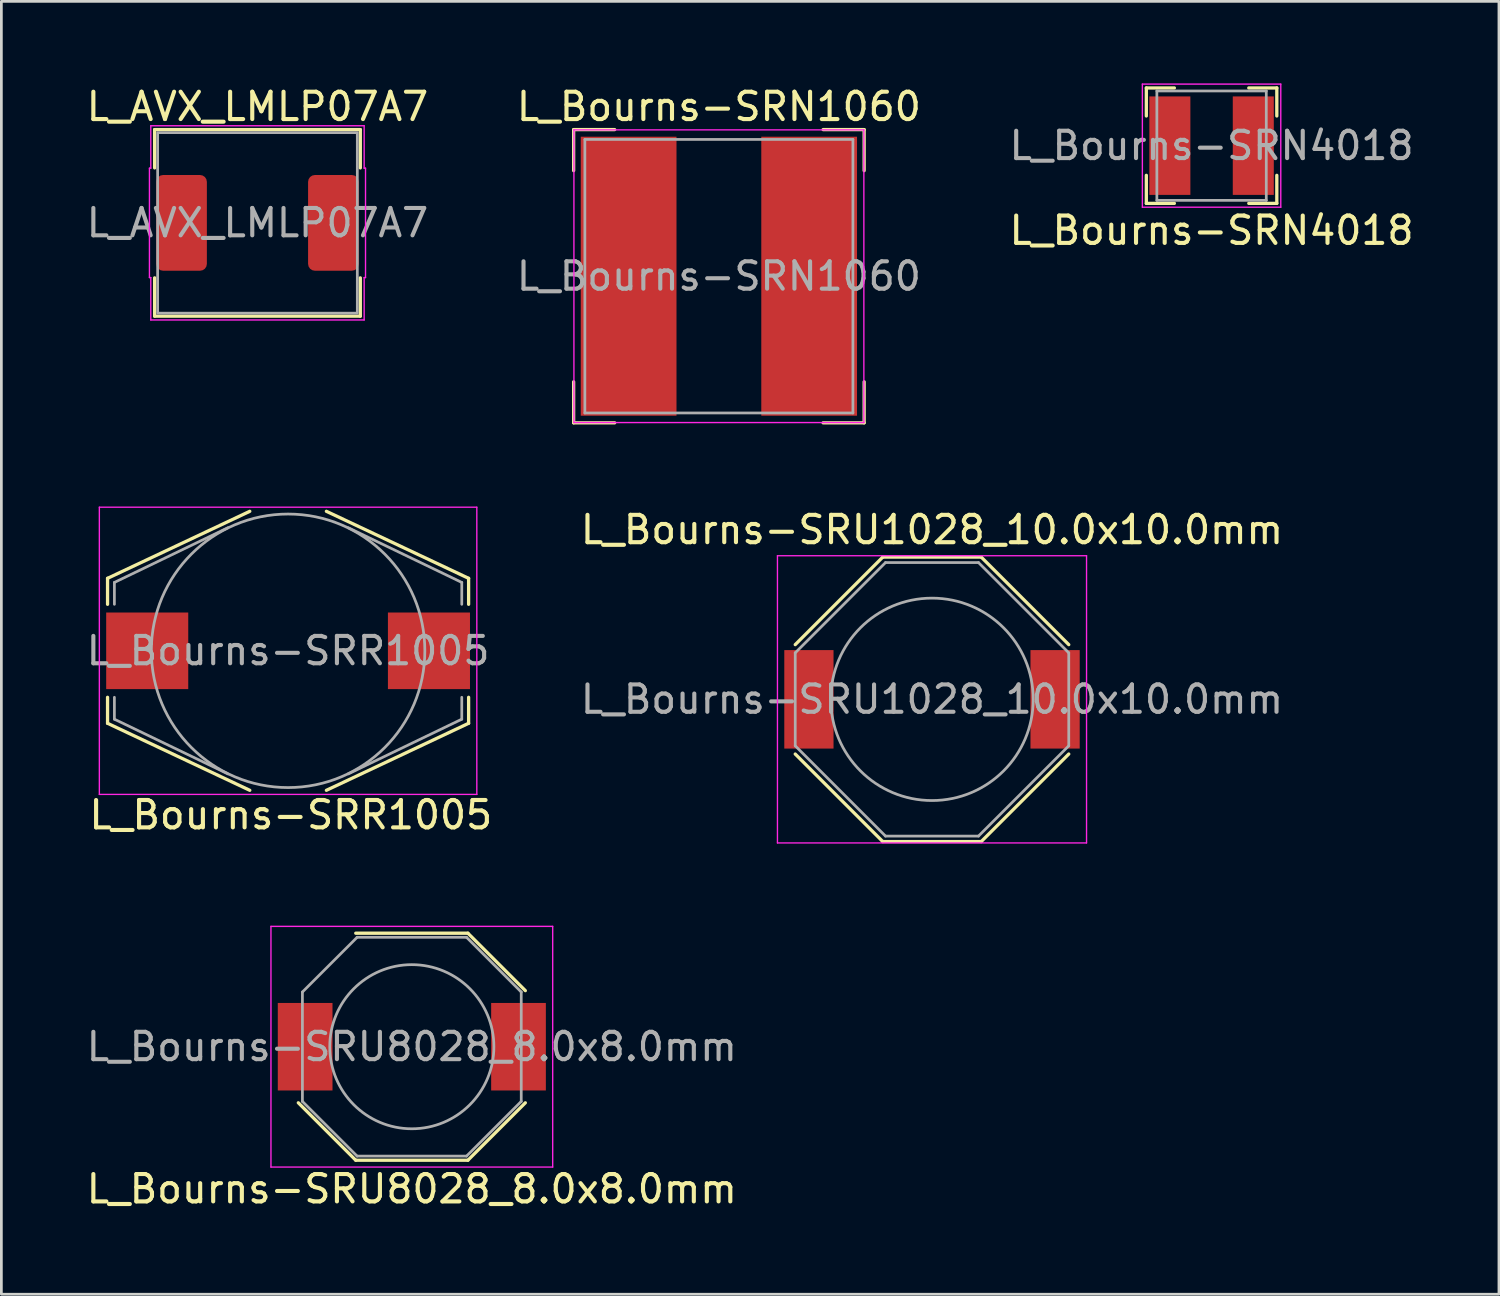
<source format=kicad_pcb>
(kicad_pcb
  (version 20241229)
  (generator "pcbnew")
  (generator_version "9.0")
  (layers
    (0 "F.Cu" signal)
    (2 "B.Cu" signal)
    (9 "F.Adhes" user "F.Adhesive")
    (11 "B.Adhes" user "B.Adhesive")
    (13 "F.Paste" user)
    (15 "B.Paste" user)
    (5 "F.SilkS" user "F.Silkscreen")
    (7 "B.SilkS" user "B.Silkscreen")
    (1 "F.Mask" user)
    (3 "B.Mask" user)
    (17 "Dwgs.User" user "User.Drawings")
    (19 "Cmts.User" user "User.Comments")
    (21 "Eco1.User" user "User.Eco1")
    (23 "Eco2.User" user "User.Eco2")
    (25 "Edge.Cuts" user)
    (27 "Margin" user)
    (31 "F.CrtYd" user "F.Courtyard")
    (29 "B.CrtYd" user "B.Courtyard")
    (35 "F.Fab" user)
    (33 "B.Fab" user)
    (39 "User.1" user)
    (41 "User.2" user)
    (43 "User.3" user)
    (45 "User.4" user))
  (footprint "L_Bourns-SRN4018"
    (layer "F.Cu")
    (at 41.244 2.275)
    (property "Reference" "L_Bourns-SRN4018" (at 0 3.1 0) (layer "F.SilkS") (effects (font (size 1 1) (thickness 0.15))))
    (attr smd)
    (fp_line (start -2.385 -2.11) (end -2.385 -1.085) (stroke (width 0.12) (type solid)) (layer "F.SilkS"))
    (fp_line (start -2.385 -2.11) (end -1.36 -2.11) (stroke (width 0.12) (type solid)) (layer "F.SilkS"))
    (fp_line (start -2.385 2.11) (end -2.385 1.085) (stroke (width 0.12) (type solid)) (layer "F.SilkS"))
    (fp_line (start -2.385 2.11) (end -1.36 2.11) (stroke (width 0.12) (type solid)) (layer "F.SilkS"))
    (fp_line (start 2.385 -2.11) (end 1.36 -2.11) (stroke (width 0.12) (type solid)) (layer "F.SilkS"))
    (fp_line (start 2.385 -2.11) (end 2.385 -1.085) (stroke (width 0.12) (type solid)) (layer "F.SilkS"))
    (fp_line (start 2.385 2.11) (end 1.36 2.11) (stroke (width 0.12) (type solid)) (layer "F.SilkS"))
    (fp_line (start 2.385 2.11) (end 2.385 1.085) (stroke (width 0.12) (type solid)) (layer "F.SilkS"))
    (fp_line (start -2.53 -2.25) (end -2.53 2.25) (stroke (width 0.05) (type solid)) (layer "F.CrtYd"))
    (fp_line (start -2.53 -2.25) (end 2.53 -2.25) (stroke (width 0.05) (type solid)) (layer "F.CrtYd"))
    (fp_line (start -2.53 2.25) (end 2.53 2.25) (stroke (width 0.05) (type solid)) (layer "F.CrtYd"))
    (fp_line (start 2.53 -2.25) (end 2.53 2.25) (stroke (width 0.05) (type solid)) (layer "F.CrtYd"))
    (fp_line (start -2 -2) (end -2 2) (stroke (width 0.1) (type solid)) (layer "F.Fab"))
    (fp_line (start -2 -2) (end 2 -2) (stroke (width 0.1) (type solid)) (layer "F.Fab"))
    (fp_line (start 2 -2) (end 2 2) (stroke (width 0.1) (type solid)) (layer "F.Fab"))
    (fp_line (start 2 2) (end -2 2) (stroke (width 0.1) (type solid)) (layer "F.Fab"))
    (fp_text user "${REFERENCE}" (at 0 0 0) (layer "F.Fab") (effects (font (size 1 1) (thickness 0.15))))
    (pad "1" smd rect (at -1.525 0) (size 1.5 3.6) (layers "F.Cu" "F.Mask" "F.Paste"))
    (pad "2" smd rect (at 1.525 0) (size 1.5 3.6) (layers "F.Cu" "F.Mask" "F.Paste")))
  (footprint "L_Bourns-SRU1028_10.0x10.0mm"
    (layer "F.Cu")
    (at 31.023 22.517)
    (property "Reference" "L_Bourns-SRU1028_10.0x10.0mm" (at 0 -6.2 0) (layer "F.SilkS") (effects (font (size 1 1) (thickness 0.15))))
    (attr smd)
    (fp_line (start -1.8 -5.2) (end -5 -2) (stroke (width 0.12) (type solid)) (layer "F.SilkS"))
    (fp_line (start -1.8 -5.2) (end 1.8 -5.2) (stroke (width 0.12) (type solid)) (layer "F.SilkS"))
    (fp_line (start -1.8 5.2) (end -5 2) (stroke (width 0.12) (type solid)) (layer "F.SilkS"))
    (fp_line (start 1.8 -5.2) (end 5 -2) (stroke (width 0.12) (type solid)) (layer "F.SilkS"))
    (fp_line (start 1.8 5.2) (end -1.8 5.2) (stroke (width 0.12) (type solid)) (layer "F.SilkS"))
    (fp_line (start 1.8 5.2) (end 5 2) (stroke (width 0.12) (type solid)) (layer "F.SilkS"))
    (fp_line (start -5.65 -5.25) (end 5.65 -5.25) (stroke (width 0.05) (type solid)) (layer "F.CrtYd"))
    (fp_line (start -5.65 5.25) (end -5.65 -5.25) (stroke (width 0.05) (type solid)) (layer "F.CrtYd"))
    (fp_line (start 5.65 -5.25) (end 5.65 5.25) (stroke (width 0.05) (type solid)) (layer "F.CrtYd"))
    (fp_line (start 5.65 5.25) (end -5.65 5.25) (stroke (width 0.05) (type solid)) (layer "F.CrtYd"))
    (fp_line (start -5 -1.7) (end -1.7 -5) (stroke (width 0.1) (type solid)) (layer "F.Fab"))
    (fp_line (start -5 1.7) (end -5 -1.7) (stroke (width 0.1) (type solid)) (layer "F.Fab"))
    (fp_line (start -1.7 -5) (end 1.7 -5) (stroke (width 0.1) (type solid)) (layer "F.Fab"))
    (fp_line (start -1.7 5) (end -5 1.7) (stroke (width 0.1) (type solid)) (layer "F.Fab"))
    (fp_line (start 1.7 -5) (end 5 -1.7) (stroke (width 0.1) (type solid)) (layer "F.Fab"))
    (fp_line (start 1.7 5) (end -1.7 5) (stroke (width 0.1) (type solid)) (layer "F.Fab"))
    (fp_line (start 5 -1.7) (end 5 1.7) (stroke (width 0.1) (type solid)) (layer "F.Fab"))
    (fp_line (start 5 1.7) (end 1.7 5) (stroke (width 0.1) (type solid)) (layer "F.Fab"))
    (fp_circle (center 0 0) (end 3.7 0) (stroke (width 0.1) (type solid)) (fill no) (layer "F.Fab"))
    (fp_text user "${REFERENCE}" (at 0 0 0) (layer "F.Fab") (effects (font (size 1 1) (thickness 0.15))))
    (pad "1" smd rect (at -4.5 0) (size 1.8 3.6) (layers "F.Cu" "F.Mask" "F.Paste"))
    (pad "2" smd rect (at 4.5 0) (size 1.8 3.6) (layers "F.Cu" "F.Mask" "F.Paste")))
  (footprint "L_AVX_LMLP07A7"
    (layer "F.Cu")
    (at 6.363 5.098)
    (property "Reference" "L_AVX_LMLP07A7" (at 0 -4.25 0) (layer "F.SilkS") (effects (font (size 1 1) (thickness 0.15))))
    (attr smd)
    (fp_line (start -3.76 -3.41) (end 3.76 -3.41) (stroke (width 0.12) (type solid)) (layer "F.SilkS"))
    (fp_line (start -3.76 -2.01) (end -3.76 -3.41) (stroke (width 0.12) (type solid)) (layer "F.SilkS"))
    (fp_line (start -3.76 3.41) (end -3.76 2.01) (stroke (width 0.12) (type solid)) (layer "F.SilkS"))
    (fp_line (start 3.76 -3.41) (end 3.76 -2.01) (stroke (width 0.12) (type solid)) (layer "F.SilkS"))
    (fp_line (start 3.76 2.01) (end 3.76 3.41) (stroke (width 0.12) (type solid)) (layer "F.SilkS"))
    (fp_line (start 3.76 3.41) (end -3.76 3.41) (stroke (width 0.12) (type solid)) (layer "F.SilkS"))
    (fp_line (start -3.95 -2) (end -3.9 -2) (stroke (width 0.05) (type solid)) (layer "F.CrtYd"))
    (fp_line (start -3.95 2) (end -3.95 -2) (stroke (width 0.05) (type solid)) (layer "F.CrtYd"))
    (fp_line (start -3.9 -3.55) (end 3.9 -3.55) (stroke (width 0.05) (type solid)) (layer "F.CrtYd"))
    (fp_line (start -3.9 -2) (end -3.9 -3.55) (stroke (width 0.05) (type solid)) (layer "F.CrtYd"))
    (fp_line (start -3.9 2) (end -3.95 2) (stroke (width 0.05) (type solid)) (layer "F.CrtYd"))
    (fp_line (start -3.9 3.55) (end -3.9 2) (stroke (width 0.05) (type solid)) (layer "F.CrtYd"))
    (fp_line (start 3.9 -3.55) (end 3.9 -2) (stroke (width 0.05) (type solid)) (layer "F.CrtYd"))
    (fp_line (start 3.9 -2) (end 3.95 -2) (stroke (width 0.05) (type solid)) (layer "F.CrtYd"))
    (fp_line (start 3.9 2) (end 3.9 3.55) (stroke (width 0.05) (type solid)) (layer "F.CrtYd"))
    (fp_line (start 3.9 3.55) (end -3.9 3.55) (stroke (width 0.05) (type solid)) (layer "F.CrtYd"))
    (fp_line (start 3.95 -2) (end 3.95 2) (stroke (width 0.05) (type solid)) (layer "F.CrtYd"))
    (fp_line (start 3.95 2) (end 3.9 2) (stroke (width 0.05) (type solid)) (layer "F.CrtYd"))
    (fp_rect (start -3.65 -3.3) (end 3.65 3.3) (stroke (width 0.1) (type solid)) (fill no) (layer "F.Fab"))
    (fp_text user "${REFERENCE}" (at 0 0 0) (layer "F.Fab") (effects (font (size 1 1) (thickness 0.15))))
    (pad "1" smd roundrect (at -2.775 0) (size 1.85 3.5) (layers "F.Cu" "F.Mask" "F.Paste") (roundrect_rratio 0.135))
    (pad "2" smd roundrect (at 2.775 0) (size 1.85 3.5) (layers "F.Cu" "F.Mask" "F.Paste") (roundrect_rratio 0.135)))
  (footprint "L_Bourns-SRR1005"
    (layer "F.Cu")
    (at 7.482 20.743)
    (property "Reference" "L_Bourns-SRR1005" (at 0.1 6 0) (layer "F.SilkS") (effects (font (size 1 1) (thickness 0.15))))
    (attr smd)
    (fp_line (start -6.6 -2.65) (end -6.6 -1.7) (stroke (width 0.12) (type solid)) (layer "F.SilkS"))
    (fp_line (start -6.6 -2.65) (end -1.4 -5.1) (stroke (width 0.12) (type solid)) (layer "F.SilkS"))
    (fp_line (start -6.6 2.65) (end -6.6 1.7) (stroke (width 0.12) (type solid)) (layer "F.SilkS"))
    (fp_line (start -6.6 2.65) (end -1.4 5.1) (stroke (width 0.12) (type solid)) (layer "F.SilkS"))
    (fp_line (start 6.6 -2.65) (end 1.4 -5.1) (stroke (width 0.12) (type solid)) (layer "F.SilkS"))
    (fp_line (start 6.6 -2.65) (end 6.6 -1.7) (stroke (width 0.12) (type solid)) (layer "F.SilkS"))
    (fp_line (start 6.6 2.65) (end 1.4 5.1) (stroke (width 0.12) (type solid)) (layer "F.SilkS"))
    (fp_line (start 6.6 2.65) (end 6.6 1.7) (stroke (width 0.12) (type solid)) (layer "F.SilkS"))
    (fp_line (start -6.9 -5.25) (end -6.9 5.25) (stroke (width 0.05) (type solid)) (layer "F.CrtYd"))
    (fp_line (start -6.9 -5.25) (end 6.9 -5.25) (stroke (width 0.05) (type solid)) (layer "F.CrtYd"))
    (fp_line (start -6.9 5.25) (end 6.9 5.25) (stroke (width 0.05) (type solid)) (layer "F.CrtYd"))
    (fp_line (start 6.9 -5.25) (end 6.9 5.25) (stroke (width 0.05) (type solid)) (layer "F.CrtYd"))
    (fp_line (start -6.35 -2.5) (end -2.2 -4.5) (stroke (width 0.1) (type solid)) (layer "F.Fab"))
    (fp_line (start -6.35 -1.7) (end -6.35 -2.5) (stroke (width 0.1) (type solid)) (layer "F.Fab"))
    (fp_line (start -6.35 2.5) (end -6.35 1.7) (stroke (width 0.1) (type solid)) (layer "F.Fab"))
    (fp_line (start -6.35 2.5) (end -2.2 4.5) (stroke (width 0.1) (type solid)) (layer "F.Fab"))
    (fp_line (start 6.35 -2.5) (end 2.2 -4.5) (stroke (width 0.1) (type solid)) (layer "F.Fab"))
    (fp_line (start 6.35 -1.7) (end 6.35 -2.5) (stroke (width 0.1) (type solid)) (layer "F.Fab"))
    (fp_line (start 6.35 2.5) (end 2.2 4.5) (stroke (width 0.1) (type solid)) (layer "F.Fab"))
    (fp_line (start 6.35 2.5) (end 6.35 1.7) (stroke (width 0.1) (type solid)) (layer "F.Fab"))
    (fp_circle (center 0 0) (end 0 -5) (stroke (width 0.1) (type solid)) (fill no) (layer "F.Fab"))
    (fp_text user "${REFERENCE}" (at 0 0 0) (layer "F.Fab") (effects (font (size 1 1) (thickness 0.15))))
    (pad "1" smd rect (at -5.15 0) (size 3 2.8) (layers "F.Cu" "F.Mask" "F.Paste"))
    (pad "2" smd rect (at 5.15 0) (size 3 2.8) (layers "F.Cu" "F.Mask" "F.Paste")))
  (footprint "L_Bourns-SRN1060"
    (layer "F.Cu")
    (at 23.232 7.048)
    (property "Reference" "L_Bourns-SRN1060" (at 0 -6.2 0) (layer "F.SilkS") (effects (font (size 1 1) (thickness 0.15))))
    (attr smd)
    (fp_line (start -5.31 -5.36) (end -5.31 -3.86) (stroke (width 0.12) (type solid)) (layer "F.SilkS"))
    (fp_line (start -5.31 -5.36) (end -3.81 -5.36) (stroke (width 0.12) (type solid)) (layer "F.SilkS"))
    (fp_line (start -5.31 5.36) (end -5.31 3.86) (stroke (width 0.12) (type solid)) (layer "F.SilkS"))
    (fp_line (start -5.31 5.36) (end -3.81 5.36) (stroke (width 0.12) (type solid)) (layer "F.SilkS"))
    (fp_line (start 5.31 -5.36) (end 3.81 -5.36) (stroke (width 0.12) (type solid)) (layer "F.SilkS"))
    (fp_line (start 5.31 -5.36) (end 5.31 -3.86) (stroke (width 0.12) (type solid)) (layer "F.SilkS"))
    (fp_line (start 5.31 5.36) (end 3.81 5.36) (stroke (width 0.12) (type solid)) (layer "F.SilkS"))
    (fp_line (start 5.31 5.36) (end 5.31 3.86) (stroke (width 0.12) (type solid)) (layer "F.SilkS"))
    (fp_line (start -5.3 -5.35) (end -5.3 5.35) (stroke (width 0.05) (type solid)) (layer "F.CrtYd"))
    (fp_line (start -5.3 -5.35) (end 5.3 -5.35) (stroke (width 0.05) (type solid)) (layer "F.CrtYd"))
    (fp_line (start -5.3 5.35) (end 5.3 5.35) (stroke (width 0.05) (type solid)) (layer "F.CrtYd"))
    (fp_line (start 5.3 -5.35) (end 5.3 5.35) (stroke (width 0.05) (type solid)) (layer "F.CrtYd"))
    (fp_line (start -4.9 -5) (end -4.9 5) (stroke (width 0.1) (type solid)) (layer "F.Fab"))
    (fp_line (start -4.9 -5) (end 4.9 -5) (stroke (width 0.1) (type solid)) (layer "F.Fab"))
    (fp_line (start -4.9 5) (end 4.9 5) (stroke (width 0.1) (type solid)) (layer "F.Fab"))
    (fp_line (start 4.9 -5) (end 4.9 5) (stroke (width 0.1) (type solid)) (layer "F.Fab"))
    (fp_text user "${REFERENCE}" (at 0 0 0) (layer "F.Fab") (effects (font (size 1 1) (thickness 0.15))))
    (pad "1" smd rect (at -3.3 0) (size 3.5 10.2) (layers "F.Cu" "F.Mask" "F.Paste"))
    (pad "2" smd rect (at 3.3 0) (size 3.5 10.2) (layers "F.Cu" "F.Mask" "F.Paste")))
  (footprint "L_Bourns-SRU8028_8.0x8.0mm"
    (layer "F.Cu")
    (at 12.006 35.217)
    (property "Reference" "L_Bourns-SRU8028_8.0x8.0mm" (at 0 5.2 0) (layer "F.SilkS") (effects (font (size 1 1) (thickness 0.15))))
    (attr smd)
    (fp_line (start -2.05 -4.15) (end 2.05 -4.15) (stroke (width 0.12) (type solid)) (layer "F.SilkS"))
    (fp_line (start -2.05 4.15) (end -4.15 2.05) (stroke (width 0.12) (type solid)) (layer "F.SilkS"))
    (fp_line (start 2.05 -4.15) (end 4.15 -2.05) (stroke (width 0.12) (type solid)) (layer "F.SilkS"))
    (fp_line (start 2.05 4.15) (end -2.05 4.15) (stroke (width 0.12) (type solid)) (layer "F.SilkS"))
    (fp_line (start 2.05 4.15) (end 4.15 2.05) (stroke (width 0.12) (type solid)) (layer "F.SilkS"))
    (fp_line (start -5.15 -4.4) (end 5.15 -4.4) (stroke (width 0.05) (type solid)) (layer "F.CrtYd"))
    (fp_line (start -5.15 4.4) (end -5.15 -4.4) (stroke (width 0.05) (type solid)) (layer "F.CrtYd"))
    (fp_line (start 5.15 -4.4) (end 5.15 4.4) (stroke (width 0.05) (type solid)) (layer "F.CrtYd"))
    (fp_line (start 5.15 4.4) (end -5.15 4.4) (stroke (width 0.05) (type solid)) (layer "F.CrtYd"))
    (fp_line (start -4 -2) (end -2 -4) (stroke (width 0.1) (type solid)) (layer "F.Fab"))
    (fp_line (start -4 2) (end -4 -2) (stroke (width 0.1) (type solid)) (layer "F.Fab"))
    (fp_line (start -2 -4) (end 2 -4) (stroke (width 0.1) (type solid)) (layer "F.Fab"))
    (fp_line (start -2 4) (end -4 2) (stroke (width 0.1) (type solid)) (layer "F.Fab"))
    (fp_line (start 2 -4) (end 4 -2) (stroke (width 0.1) (type solid)) (layer "F.Fab"))
    (fp_line (start 2 4) (end -2 4) (stroke (width 0.1) (type solid)) (layer "F.Fab"))
    (fp_line (start 4 -2) (end 4 2) (stroke (width 0.1) (type solid)) (layer "F.Fab"))
    (fp_line (start 4 2) (end 2 4) (stroke (width 0.1) (type solid)) (layer "F.Fab"))
    (fp_circle (center 0 0) (end 0 -3) (stroke (width 0.1) (type solid)) (fill no) (layer "F.Fab"))
    (fp_text user "${REFERENCE}" (at 0 0 0) (layer "F.Fab") (effects (font (size 1 1) (thickness 0.15))))
    (pad "1" smd rect (at -3.9 0) (size 2 3.2) (layers "F.Cu" "F.Mask" "F.Paste"))
    (pad "2" smd rect (at 3.9 0) (size 2 3.2) (layers "F.Cu" "F.Mask" "F.Paste")))
  (gr_rect
    (start -3 -3)
    (end 51.75 44.265)
    (stroke (width 0.1) (type default))
    (fill no)
    (layer "Edge.Cuts")))
</source>
